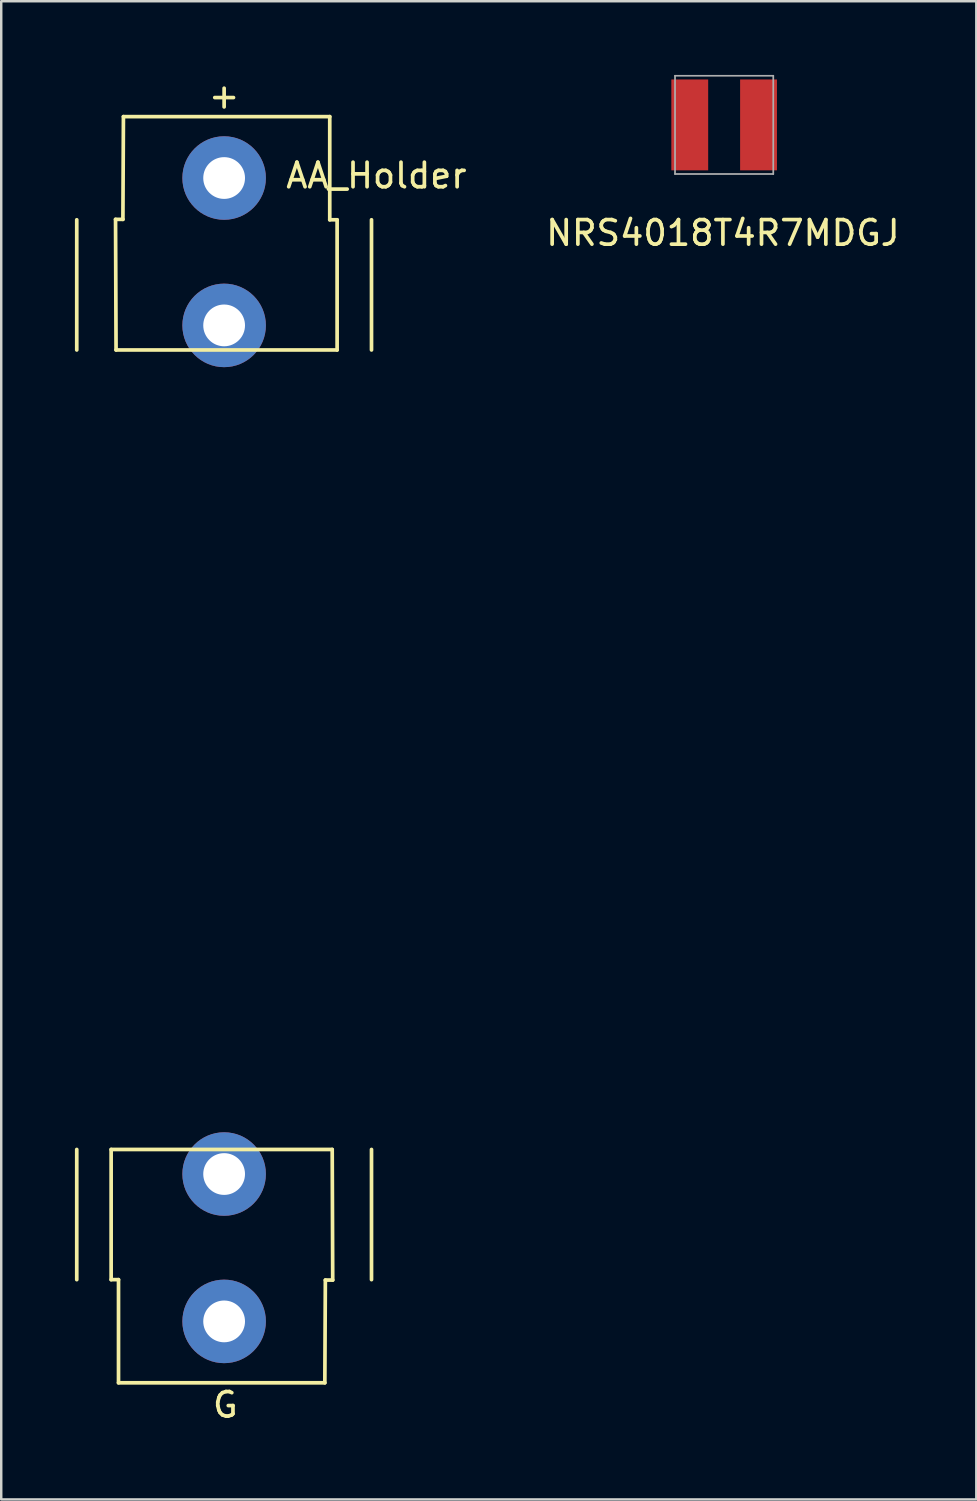
<source format=kicad_pcb>
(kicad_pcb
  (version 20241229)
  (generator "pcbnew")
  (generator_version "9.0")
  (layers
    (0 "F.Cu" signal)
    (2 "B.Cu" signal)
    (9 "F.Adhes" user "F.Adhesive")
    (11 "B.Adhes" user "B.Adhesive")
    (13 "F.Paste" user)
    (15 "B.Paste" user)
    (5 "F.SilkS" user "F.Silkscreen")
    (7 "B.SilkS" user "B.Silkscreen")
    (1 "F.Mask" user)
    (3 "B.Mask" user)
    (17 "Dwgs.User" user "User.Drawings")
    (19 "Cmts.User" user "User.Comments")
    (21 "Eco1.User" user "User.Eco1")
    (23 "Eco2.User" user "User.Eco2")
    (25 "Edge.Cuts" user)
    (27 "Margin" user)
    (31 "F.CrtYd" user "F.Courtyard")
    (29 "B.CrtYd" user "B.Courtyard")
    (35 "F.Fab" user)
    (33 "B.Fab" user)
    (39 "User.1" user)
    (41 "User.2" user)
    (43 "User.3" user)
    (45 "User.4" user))
  (footprint "NRS4018T4R7MDGJ"
    (layer "F.Cu")
    (at 26.432 2.035)
    (property "Reference" "NRS4018T4R7MDGJ" (at -0.05 4.4 0) (layer "F.SilkS") (effects (font (size 1 1) (thickness 0.15))))
    (attr through_hole)
    (fp_line (start -2 -2) (end -2 2) (stroke (width 0.07) (type solid)) (layer "F.Fab"))
    (fp_line (start -2 -2) (end 2 -2) (stroke (width 0.07) (type solid)) (layer "F.Fab"))
    (fp_line (start -2 2) (end 2 2) (stroke (width 0.07) (type solid)) (layer "F.Fab"))
    (fp_line (start 2 -2) (end 2 2) (stroke (width 0.07) (type solid)) (layer "F.Fab"))
    (pad "1" smd rect (at -1.4 0) (size 1.5 3.7) (layers "F.Cu" "F.Mask" "F.Paste"))
    (pad "2" smd rect (at 1.4 0) (size 1.5 3.7) (layers "F.Cu" "F.Mask" "F.Paste")))
  (footprint "AA_Holder"
    (layer "F.Cu")
    (at 6.075 4.198)
    (property "Reference" "AA_Holder" (at 6.2 -0.1 0) (layer "F.SilkS") (effects (font (size 1 1) (thickness 0.15))))
    (attr through_hole)
    (fp_line (start -6 7) (end -6 1.7) (stroke (width 0.15) (type solid)) (layer "F.SilkS"))
    (fp_line (start -6 44.85) (end -6 39.55) (stroke (width 0.15) (type solid)) (layer "F.SilkS"))
    (fp_line (start -4.6 39.55) (end -4.6 44.85) (stroke (width 0.15) (type solid)) (layer "F.SilkS"))
    (fp_line (start -4.6 44.85) (end -4.3 44.85) (stroke (width 0.15) (type solid)) (layer "F.SilkS"))
    (fp_line (start -4.421 1.683) (end -4.121 1.683) (stroke (width 0.15) (type solid)) (layer "F.SilkS"))
    (fp_line (start -4.4 7) (end -4.421 1.683) (stroke (width 0.15) (type solid)) (layer "F.SilkS"))
    (fp_line (start -4.4 7) (end 4.6 7) (stroke (width 0.15) (type solid)) (layer "F.SilkS"))
    (fp_line (start -4.3 44.85) (end -4.3 49.05) (stroke (width 0.15) (type solid)) (layer "F.SilkS"))
    (fp_line (start -4.3 49.05) (end 4.1 49.05) (stroke (width 0.15) (type solid)) (layer "F.SilkS"))
    (fp_line (start -4.121 1.683) (end -4.1 -2.5) (stroke (width 0.15) (type solid)) (layer "F.SilkS"))
    (fp_line (start 4.121 44.867) (end 4.1 49.05) (stroke (width 0.15) (type solid)) (layer "F.SilkS"))
    (fp_line (start 4.3 -2.5) (end -4.1 -2.5) (stroke (width 0.15) (type solid)) (layer "F.SilkS"))
    (fp_line (start 4.3 1.7) (end 4.3 -2.5) (stroke (width 0.15) (type solid)) (layer "F.SilkS"))
    (fp_line (start 4.4 39.55) (end -4.6 39.55) (stroke (width 0.15) (type solid)) (layer "F.SilkS"))
    (fp_line (start 4.4 39.55) (end 4.421 44.867) (stroke (width 0.15) (type solid)) (layer "F.SilkS"))
    (fp_line (start 4.421 44.867) (end 4.121 44.867) (stroke (width 0.15) (type solid)) (layer "F.SilkS"))
    (fp_line (start 4.6 1.7) (end 4.3 1.7) (stroke (width 0.15) (type solid)) (layer "F.SilkS"))
    (fp_line (start 4.6 7) (end 4.6 1.7) (stroke (width 0.15) (type solid)) (layer "F.SilkS"))
    (fp_line (start 6 7) (end 6 1.7) (stroke (width 0.15) (type solid)) (layer "F.SilkS"))
    (fp_line (start 6 44.85) (end 6 39.55) (stroke (width 0.15) (type solid)) (layer "F.SilkS"))
    (fp_text user "+" (at 0 -3.35 0) (layer "F.SilkS") (effects (font (size 1 1) (thickness 0.15))))
    (fp_text user "G" (at 0.05 49.95 0) (layer "F.SilkS") (effects (font (size 1 1) (thickness 0.15))))
    (pad "1" thru_hole circle (at 0 0) (size 3.4 3.4) (drill 1.7) (layers "*.Cu" "*.Mask"))
    (pad "1" thru_hole circle (at 0 6) (size 3.4 3.4) (drill 1.7) (layers "*.Cu" "*.Mask"))
    (pad "2" thru_hole circle (at 0 40.55 180) (size 3.4 3.4) (drill 1.7) (layers "*.Cu" "*.Mask"))
    (pad "2" thru_hole circle (at 0 46.55 180) (size 3.4 3.4) (drill 1.7) (layers "*.Cu" "*.Mask")))
  (gr_rect
    (start -3 -3)
    (end 36.698 57.996)
    (stroke (width 0.1) (type default))
    (fill no)
    (layer "Edge.Cuts")))
</source>
